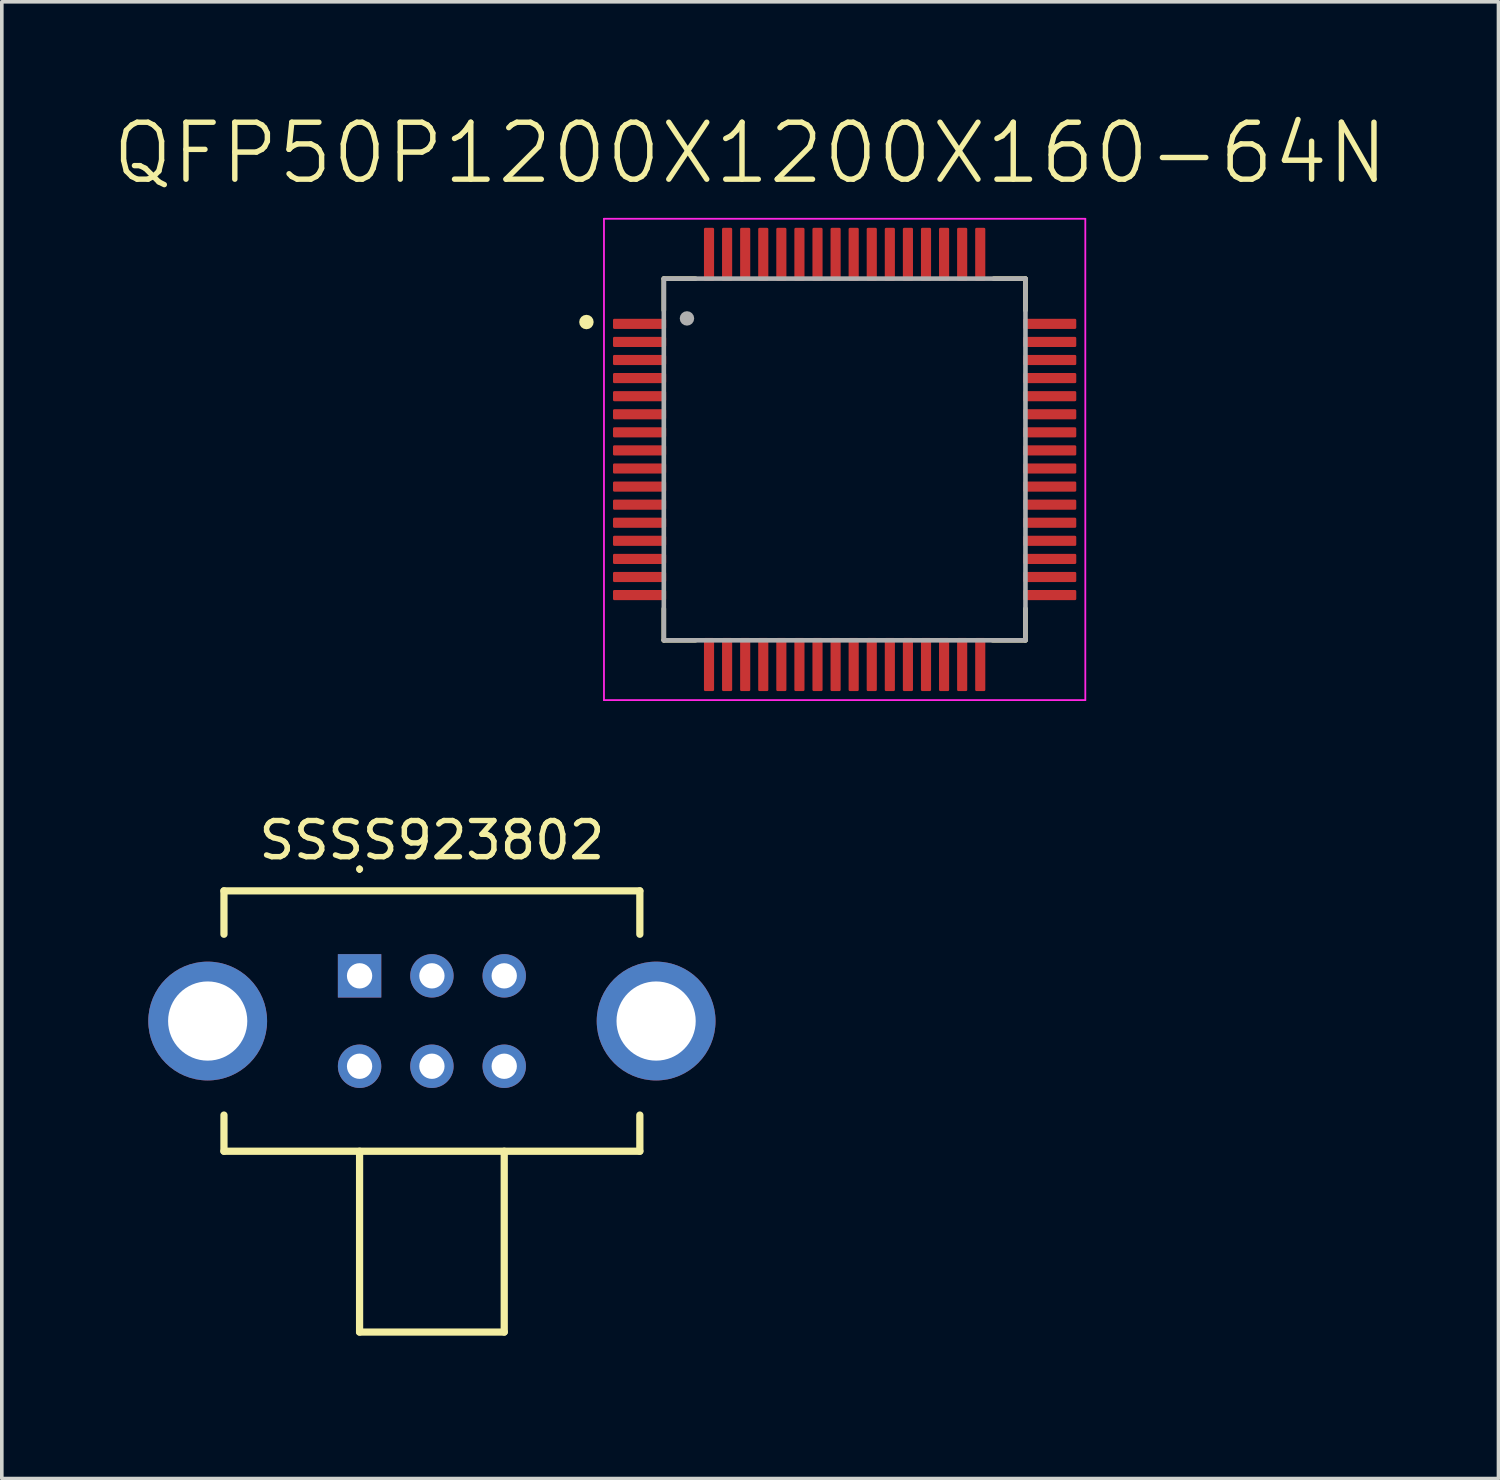
<source format=kicad_pcb>
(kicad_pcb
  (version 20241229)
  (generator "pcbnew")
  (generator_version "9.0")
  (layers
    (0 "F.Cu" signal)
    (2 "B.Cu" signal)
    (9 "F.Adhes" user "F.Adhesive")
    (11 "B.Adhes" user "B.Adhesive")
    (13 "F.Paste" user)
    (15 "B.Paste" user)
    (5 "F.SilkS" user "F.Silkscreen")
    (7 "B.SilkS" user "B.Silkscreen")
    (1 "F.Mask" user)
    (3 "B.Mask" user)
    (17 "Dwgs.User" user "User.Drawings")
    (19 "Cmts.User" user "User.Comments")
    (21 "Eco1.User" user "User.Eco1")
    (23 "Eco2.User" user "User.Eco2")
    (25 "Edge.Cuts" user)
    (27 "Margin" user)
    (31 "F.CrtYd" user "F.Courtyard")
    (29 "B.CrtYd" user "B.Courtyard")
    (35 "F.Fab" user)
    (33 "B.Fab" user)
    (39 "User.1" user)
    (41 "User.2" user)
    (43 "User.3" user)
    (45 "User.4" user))
  (footprint "QFP50P1200X1200X160-64N"
    (layer "F.Cu")
    (at 20.306 9.655)
    (property "Reference" "QFP50P1200X1200X160-64N" (at -2.613 -8.471 0) (layer "F.SilkS") (effects (font (size 1.575 1.575) (thickness 0.15))))
    (attr smd)
    (fp_line (start -5 -5) (end -5 -4.125) (stroke (width 0.127) (type solid)) (layer "F.SilkS"))
    (fp_line (start -5 -5) (end -4.125 -5) (stroke (width 0.127) (type solid)) (layer "F.SilkS"))
    (fp_line (start -5 5) (end -5 4.125) (stroke (width 0.127) (type solid)) (layer "F.SilkS"))
    (fp_line (start -5 5) (end -4.125 5) (stroke (width 0.127) (type solid)) (layer "F.SilkS"))
    (fp_line (start 5 -5) (end 4.125 -5) (stroke (width 0.127) (type solid)) (layer "F.SilkS"))
    (fp_line (start 5 -5) (end 5 -4.125) (stroke (width 0.127) (type solid)) (layer "F.SilkS"))
    (fp_line (start 5 5) (end 4.093 5) (stroke (width 0.127) (type solid)) (layer "F.SilkS"))
    (fp_line (start 5 5) (end 5 4.125) (stroke (width 0.127) (type solid)) (layer "F.SilkS"))
    (fp_circle (center -7.14 -3.8) (end -7.04 -3.8) (stroke (width 0.2) (type solid)) (fill no) (layer "F.SilkS"))
    (fp_line (start -6.655 -6.655) (end 6.655 -6.655) (stroke (width 0.05) (type solid)) (layer "F.CrtYd"))
    (fp_line (start -6.655 6.655) (end -6.655 -6.655) (stroke (width 0.05) (type solid)) (layer "F.CrtYd"))
    (fp_line (start -6.655 6.655) (end 6.655 6.655) (stroke (width 0.05) (type solid)) (layer "F.CrtYd"))
    (fp_line (start 6.655 6.655) (end 6.655 -6.655) (stroke (width 0.05) (type solid)) (layer "F.CrtYd"))
    (fp_line (start -5 -5) (end 5 -5) (stroke (width 0.127) (type solid)) (layer "F.Fab"))
    (fp_line (start -5 5) (end -5 -5) (stroke (width 0.127) (type solid)) (layer "F.Fab"))
    (fp_line (start -5 5) (end 5 5) (stroke (width 0.127) (type solid)) (layer "F.Fab"))
    (fp_line (start 5 5) (end 5 -5) (stroke (width 0.127) (type solid)) (layer "F.Fab"))
    (fp_circle (center -4.36 -3.9) (end -4.26 -3.9) (stroke (width 0.2) (type solid)) (fill no) (layer "F.Fab"))
    (pad "1" smd roundrect (at -5.67 -3.75) (size 1.47 0.28) (layers "F.Cu" "F.Mask" "F.Paste") (roundrect_rratio 0.125))
    (pad "2" smd roundrect (at -5.67 -3.25) (size 1.47 0.28) (layers "F.Cu" "F.Mask" "F.Paste") (roundrect_rratio 0.125))
    (pad "3" smd roundrect (at -5.67 -2.75) (size 1.47 0.28) (layers "F.Cu" "F.Mask" "F.Paste") (roundrect_rratio 0.125))
    (pad "4" smd roundrect (at -5.67 -2.25) (size 1.47 0.28) (layers "F.Cu" "F.Mask" "F.Paste") (roundrect_rratio 0.125))
    (pad "5" smd roundrect (at -5.67 -1.75) (size 1.47 0.28) (layers "F.Cu" "F.Mask" "F.Paste") (roundrect_rratio 0.125))
    (pad "6" smd roundrect (at -5.67 -1.25) (size 1.47 0.28) (layers "F.Cu" "F.Mask" "F.Paste") (roundrect_rratio 0.125))
    (pad "7" smd roundrect (at -5.67 -0.75) (size 1.47 0.28) (layers "F.Cu" "F.Mask" "F.Paste") (roundrect_rratio 0.125))
    (pad "8" smd roundrect (at -5.67 -0.25) (size 1.47 0.28) (layers "F.Cu" "F.Mask" "F.Paste") (roundrect_rratio 0.125))
    (pad "9" smd roundrect (at -5.67 0.25) (size 1.47 0.28) (layers "F.Cu" "F.Mask" "F.Paste") (roundrect_rratio 0.125))
    (pad "10" smd roundrect (at -5.67 0.75) (size 1.47 0.28) (layers "F.Cu" "F.Mask" "F.Paste") (roundrect_rratio 0.125))
    (pad "11" smd roundrect (at -5.67 1.25) (size 1.47 0.28) (layers "F.Cu" "F.Mask" "F.Paste") (roundrect_rratio 0.125))
    (pad "12" smd roundrect (at -5.67 1.75) (size 1.47 0.28) (layers "F.Cu" "F.Mask" "F.Paste") (roundrect_rratio 0.125))
    (pad "13" smd roundrect (at -5.67 2.25) (size 1.47 0.28) (layers "F.Cu" "F.Mask" "F.Paste") (roundrect_rratio 0.125))
    (pad "14" smd roundrect (at -5.67 2.75) (size 1.47 0.28) (layers "F.Cu" "F.Mask" "F.Paste") (roundrect_rratio 0.125))
    (pad "15" smd roundrect (at -5.67 3.25) (size 1.47 0.28) (layers "F.Cu" "F.Mask" "F.Paste") (roundrect_rratio 0.125))
    (pad "16" smd roundrect (at -5.67 3.75) (size 1.47 0.28) (layers "F.Cu" "F.Mask" "F.Paste") (roundrect_rratio 0.125))
    (pad "17" smd roundrect (at -3.75 5.67 90) (size 1.47 0.28) (layers "F.Cu" "F.Mask" "F.Paste") (roundrect_rratio 0.125))
    (pad "18" smd roundrect (at -3.25 5.67 90) (size 1.47 0.28) (layers "F.Cu" "F.Mask" "F.Paste") (roundrect_rratio 0.125))
    (pad "19" smd roundrect (at -2.75 5.67 90) (size 1.47 0.28) (layers "F.Cu" "F.Mask" "F.Paste") (roundrect_rratio 0.125))
    (pad "20" smd roundrect (at -2.25 5.67 90) (size 1.47 0.28) (layers "F.Cu" "F.Mask" "F.Paste") (roundrect_rratio 0.125))
    (pad "21" smd roundrect (at -1.75 5.67 90) (size 1.47 0.28) (layers "F.Cu" "F.Mask" "F.Paste") (roundrect_rratio 0.125))
    (pad "22" smd roundrect (at -1.25 5.67 90) (size 1.47 0.28) (layers "F.Cu" "F.Mask" "F.Paste") (roundrect_rratio 0.125))
    (pad "23" smd roundrect (at -0.75 5.67 90) (size 1.47 0.28) (layers "F.Cu" "F.Mask" "F.Paste") (roundrect_rratio 0.125))
    (pad "24" smd roundrect (at -0.25 5.67 90) (size 1.47 0.28) (layers "F.Cu" "F.Mask" "F.Paste") (roundrect_rratio 0.125))
    (pad "25" smd roundrect (at 0.25 5.67 90) (size 1.47 0.28) (layers "F.Cu" "F.Mask" "F.Paste") (roundrect_rratio 0.125))
    (pad "26" smd roundrect (at 0.75 5.67 90) (size 1.47 0.28) (layers "F.Cu" "F.Mask" "F.Paste") (roundrect_rratio 0.125))
    (pad "27" smd roundrect (at 1.25 5.67 90) (size 1.47 0.28) (layers "F.Cu" "F.Mask" "F.Paste") (roundrect_rratio 0.125))
    (pad "28" smd roundrect (at 1.75 5.67 90) (size 1.47 0.28) (layers "F.Cu" "F.Mask" "F.Paste") (roundrect_rratio 0.125))
    (pad "29" smd roundrect (at 2.25 5.67 90) (size 1.47 0.28) (layers "F.Cu" "F.Mask" "F.Paste") (roundrect_rratio 0.125))
    (pad "30" smd roundrect (at 2.75 5.67 90) (size 1.47 0.28) (layers "F.Cu" "F.Mask" "F.Paste") (roundrect_rratio 0.125))
    (pad "31" smd roundrect (at 3.25 5.67 90) (size 1.47 0.28) (layers "F.Cu" "F.Mask" "F.Paste") (roundrect_rratio 0.125))
    (pad "32" smd roundrect (at 3.75 5.67 90) (size 1.47 0.28) (layers "F.Cu" "F.Mask" "F.Paste") (roundrect_rratio 0.125))
    (pad "33" smd roundrect (at 5.67 3.75) (size 1.47 0.28) (layers "F.Cu" "F.Mask" "F.Paste") (roundrect_rratio 0.125))
    (pad "34" smd roundrect (at 5.67 3.25) (size 1.47 0.28) (layers "F.Cu" "F.Mask" "F.Paste") (roundrect_rratio 0.125))
    (pad "35" smd roundrect (at 5.67 2.75) (size 1.47 0.28) (layers "F.Cu" "F.Mask" "F.Paste") (roundrect_rratio 0.125))
    (pad "36" smd roundrect (at 5.67 2.25) (size 1.47 0.28) (layers "F.Cu" "F.Mask" "F.Paste") (roundrect_rratio 0.125))
    (pad "37" smd roundrect (at 5.67 1.75) (size 1.47 0.28) (layers "F.Cu" "F.Mask" "F.Paste") (roundrect_rratio 0.125))
    (pad "38" smd roundrect (at 5.67 1.25) (size 1.47 0.28) (layers "F.Cu" "F.Mask" "F.Paste") (roundrect_rratio 0.125))
    (pad "39" smd roundrect (at 5.67 0.75) (size 1.47 0.28) (layers "F.Cu" "F.Mask" "F.Paste") (roundrect_rratio 0.125))
    (pad "40" smd roundrect (at 5.67 0.25) (size 1.47 0.28) (layers "F.Cu" "F.Mask" "F.Paste") (roundrect_rratio 0.125))
    (pad "41" smd roundrect (at 5.67 -0.25) (size 1.47 0.28) (layers "F.Cu" "F.Mask" "F.Paste") (roundrect_rratio 0.125))
    (pad "42" smd roundrect (at 5.67 -0.75) (size 1.47 0.28) (layers "F.Cu" "F.Mask" "F.Paste") (roundrect_rratio 0.125))
    (pad "43" smd roundrect (at 5.67 -1.25) (size 1.47 0.28) (layers "F.Cu" "F.Mask" "F.Paste") (roundrect_rratio 0.125))
    (pad "44" smd roundrect (at 5.67 -1.75) (size 1.47 0.28) (layers "F.Cu" "F.Mask" "F.Paste") (roundrect_rratio 0.125))
    (pad "45" smd roundrect (at 5.67 -2.25) (size 1.47 0.28) (layers "F.Cu" "F.Mask" "F.Paste") (roundrect_rratio 0.125))
    (pad "46" smd roundrect (at 5.67 -2.75) (size 1.47 0.28) (layers "F.Cu" "F.Mask" "F.Paste") (roundrect_rratio 0.125))
    (pad "47" smd roundrect (at 5.67 -3.25) (size 1.47 0.28) (layers "F.Cu" "F.Mask" "F.Paste") (roundrect_rratio 0.125))
    (pad "48" smd roundrect (at 5.67 -3.75) (size 1.47 0.28) (layers "F.Cu" "F.Mask" "F.Paste") (roundrect_rratio 0.125))
    (pad "49" smd roundrect (at 3.75 -5.67 90) (size 1.47 0.28) (layers "F.Cu" "F.Mask" "F.Paste") (roundrect_rratio 0.125))
    (pad "50" smd roundrect (at 3.25 -5.67 90) (size 1.47 0.28) (layers "F.Cu" "F.Mask" "F.Paste") (roundrect_rratio 0.125))
    (pad "51" smd roundrect (at 2.75 -5.67 90) (size 1.47 0.28) (layers "F.Cu" "F.Mask" "F.Paste") (roundrect_rratio 0.125))
    (pad "52" smd roundrect (at 2.25 -5.67 90) (size 1.47 0.28) (layers "F.Cu" "F.Mask" "F.Paste") (roundrect_rratio 0.125))
    (pad "53" smd roundrect (at 1.75 -5.67 90) (size 1.47 0.28) (layers "F.Cu" "F.Mask" "F.Paste") (roundrect_rratio 0.125))
    (pad "54" smd roundrect (at 1.25 -5.67 90) (size 1.47 0.28) (layers "F.Cu" "F.Mask" "F.Paste") (roundrect_rratio 0.125))
    (pad "55" smd roundrect (at 0.75 -5.67 90) (size 1.47 0.28) (layers "F.Cu" "F.Mask" "F.Paste") (roundrect_rratio 0.125))
    (pad "56" smd roundrect (at 0.25 -5.67 90) (size 1.47 0.28) (layers "F.Cu" "F.Mask" "F.Paste") (roundrect_rratio 0.125))
    (pad "57" smd roundrect (at -0.25 -5.67 90) (size 1.47 0.28) (layers "F.Cu" "F.Mask" "F.Paste") (roundrect_rratio 0.125))
    (pad "58" smd roundrect (at -0.75 -5.67 90) (size 1.47 0.28) (layers "F.Cu" "F.Mask" "F.Paste") (roundrect_rratio 0.125))
    (pad "59" smd roundrect (at -1.25 -5.67 90) (size 1.47 0.28) (layers "F.Cu" "F.Mask" "F.Paste") (roundrect_rratio 0.125))
    (pad "60" smd roundrect (at -1.75 -5.67 90) (size 1.47 0.28) (layers "F.Cu" "F.Mask" "F.Paste") (roundrect_rratio 0.125))
    (pad "61" smd roundrect (at -2.25 -5.67 90) (size 1.47 0.28) (layers "F.Cu" "F.Mask" "F.Paste") (roundrect_rratio 0.125))
    (pad "62" smd roundrect (at -2.75 -5.67 90) (size 1.47 0.28) (layers "F.Cu" "F.Mask" "F.Paste") (roundrect_rratio 0.125))
    (pad "63" smd roundrect (at -3.25 -5.67 90) (size 1.47 0.28) (layers "F.Cu" "F.Mask" "F.Paste") (roundrect_rratio 0.125))
    (pad "64" smd roundrect (at -3.75 -5.67 90) (size 1.47 0.28) (layers "F.Cu" "F.Mask" "F.Paste") (roundrect_rratio 0.125)))
  (footprint "SSSS923802"
    (layer "F.Cu")
    (at 6.893 23.934)
    (property "Reference" "SSSS923802" (at 2 -3.75 0) (layer "F.SilkS") (effects (font (size 1 1) (thickness 0.15))))
    (fp_line (start -3.75 -2.35) (end 7.75 -2.35) (stroke (width 0.2) (type solid)) (layer "F.SilkS"))
    (fp_line (start -3.75 -1.15) (end -3.75 -2.35) (stroke (width 0.2) (type solid)) (layer "F.SilkS"))
    (fp_line (start -3.75 3.85) (end -3.75 4.85) (stroke (width 0.2) (type solid)) (layer "F.SilkS"))
    (fp_line (start -3.75 4.85) (end 7.75 4.85) (stroke (width 0.2) (type solid)) (layer "F.SilkS"))
    (fp_line (start 0 -3) (end 0 -3) (stroke (width 0.1) (type solid)) (layer "F.SilkS"))
    (fp_line (start 0 -2.9) (end 0 -2.9) (stroke (width 0.1) (type solid)) (layer "F.SilkS"))
    (fp_line (start 0 4.85) (end 0 9.85) (stroke (width 0.2) (type solid)) (layer "F.SilkS"))
    (fp_line (start 0 9.85) (end 4 9.85) (stroke (width 0.2) (type solid)) (layer "F.SilkS"))
    (fp_line (start 4 9.85) (end 4 4.85) (stroke (width 0.2) (type solid)) (layer "F.SilkS"))
    (fp_line (start 7.75 -2.35) (end 7.75 -1.15) (stroke (width 0.2) (type solid)) (layer "F.SilkS"))
    (fp_line (start 7.75 4.85) (end 7.75 3.85) (stroke (width 0.2) (type solid)) (layer "F.SilkS"))
    (fp_arc (start 0 -3) (mid 0.05 -2.95) (end 0 -2.9) (stroke (width 0.1) (type solid)) (layer "F.SilkS"))
    (fp_arc (start 0 -2.9) (mid -0.05 -2.95) (end 0 -3) (stroke (width 0.1) (type solid)) (layer "F.SilkS"))
    (fp_line (start -6.843 -3.35) (end 10.842 -3.35) (stroke (width 0.1) (type solid)) (layer "Eco2.User"))
    (fp_line (start -6.843 10.85) (end -6.843 -3.35) (stroke (width 0.1) (type solid)) (layer "Eco2.User"))
    (fp_line (start -3.75 -2.35) (end 7.75 -2.35) (stroke (width 0.1) (type solid)) (layer "Eco2.User"))
    (fp_line (start -3.75 4.85) (end -3.75 -2.35) (stroke (width 0.1) (type solid)) (layer "Eco2.User"))
    (fp_line (start 0 4.85) (end 0 9.85) (stroke (width 0.1) (type solid)) (layer "Eco2.User"))
    (fp_line (start 0 9.85) (end 4 9.85) (stroke (width 0.1) (type solid)) (layer "Eco2.User"))
    (fp_line (start 4 9.85) (end 4 4.85) (stroke (width 0.1) (type solid)) (layer "Eco2.User"))
    (fp_line (start 7.75 -2.35) (end 7.75 4.85) (stroke (width 0.1) (type solid)) (layer "Eco2.User"))
    (fp_line (start 7.75 4.85) (end -3.75 4.85) (stroke (width 0.1) (type solid)) (layer "Eco2.User"))
    (fp_line (start 10.842 -3.35) (end 10.842 10.85) (stroke (width 0.1) (type solid)) (layer "Eco2.User"))
    (fp_line (start 10.842 10.85) (end -6.843 10.85) (stroke (width 0.1) (type solid)) (layer "Eco2.User"))
    (pad "1" thru_hole rect (at 0 0) (size 1.2 1.2) (drill 0.7) (layers "*.Cu" "*.Mask"))
    (pad "2" thru_hole circle (at 2 0) (size 1.2 1.2) (drill 0.7) (layers "*.Cu" "*.Mask"))
    (pad "3" thru_hole circle (at 4 0) (size 1.2 1.2) (drill 0.7) (layers "*.Cu" "*.Mask"))
    (pad "4" thru_hole circle (at 0 2.5) (size 1.2 1.2) (drill 0.7) (layers "*.Cu" "*.Mask"))
    (pad "5" thru_hole circle (at 2 2.5) (size 1.2 1.2) (drill 0.7) (layers "*.Cu" "*.Mask"))
    (pad "6" thru_hole circle (at 4 2.5) (size 1.2 1.2) (drill 0.7) (layers "*.Cu" "*.Mask"))
    (pad "MH1" thru_hole circle (at -4.2 1.25) (size 3.285 3.285) (drill 2.19) (layers "*.Cu" "*.Mask"))
    (pad "MH2" thru_hole circle (at 8.2 1.25) (size 3.285 3.285) (drill 2.19) (layers "*.Cu" "*.Mask")))
  (gr_rect
    (start -3 -3)
    (end 38.386 37.834)
    (stroke (width 0.1) (type default))
    (fill no)
    (layer "Edge.Cuts")))
</source>
